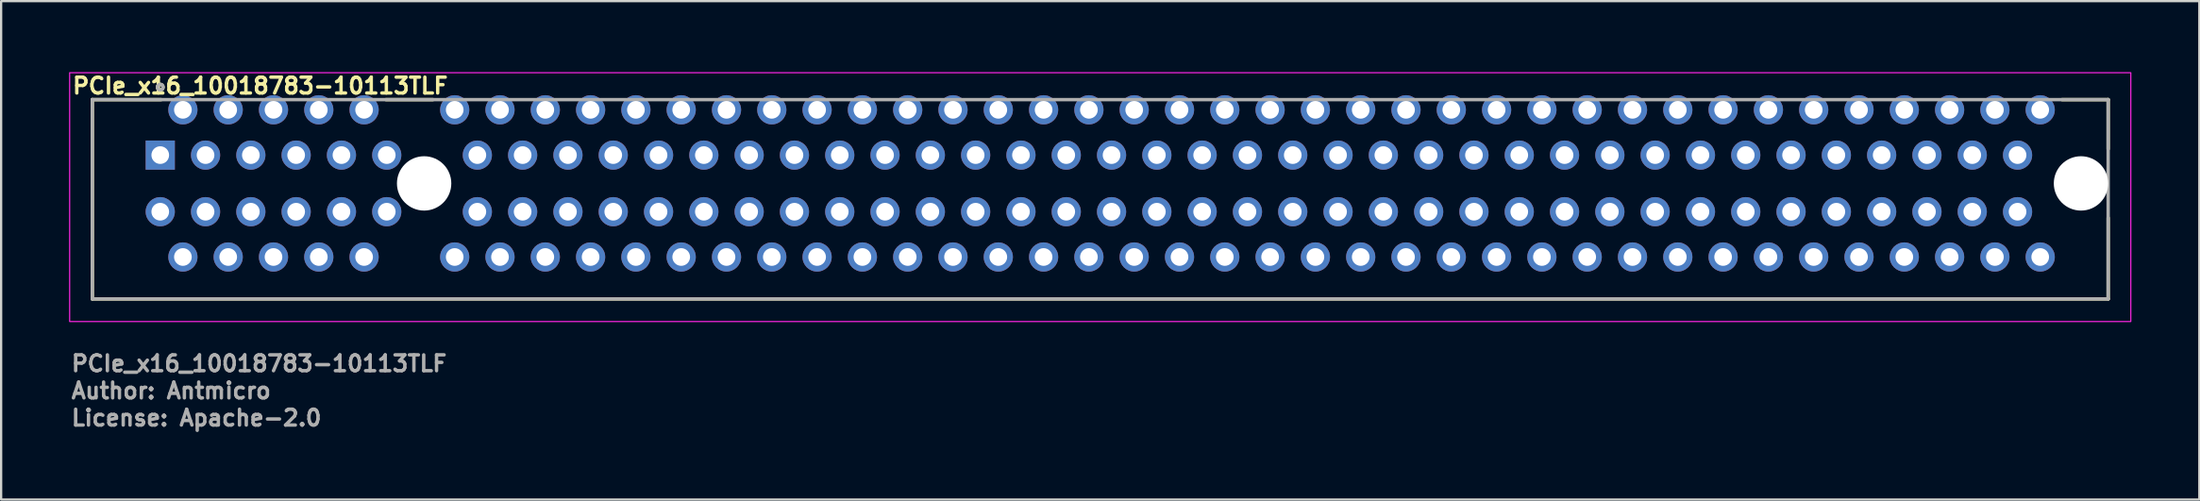
<source format=kicad_pcb>
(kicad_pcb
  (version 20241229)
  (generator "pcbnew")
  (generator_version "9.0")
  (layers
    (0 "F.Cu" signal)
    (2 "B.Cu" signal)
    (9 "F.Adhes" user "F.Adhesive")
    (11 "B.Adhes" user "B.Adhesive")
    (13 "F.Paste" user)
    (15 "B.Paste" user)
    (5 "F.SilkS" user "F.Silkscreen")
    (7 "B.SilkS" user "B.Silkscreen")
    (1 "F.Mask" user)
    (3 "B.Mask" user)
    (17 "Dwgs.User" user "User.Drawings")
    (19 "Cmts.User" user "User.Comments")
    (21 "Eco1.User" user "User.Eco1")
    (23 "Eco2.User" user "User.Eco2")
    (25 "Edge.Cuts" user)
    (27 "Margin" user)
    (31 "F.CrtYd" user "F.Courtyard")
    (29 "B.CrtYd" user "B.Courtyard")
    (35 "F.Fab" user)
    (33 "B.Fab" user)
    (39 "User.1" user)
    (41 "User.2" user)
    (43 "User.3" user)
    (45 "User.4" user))
  (footprint "PCIe_x16_10018783-10113TLF"
    (layer "F.Cu")
    (at 4.025 3.8)
    (property "Reference" "PCIe_x16_10018783-10113TLF" (at -3.95 -2.65 0) (layer "F.SilkS") (effects (font (size 0.7 0.7) (thickness 0.15)) (justify left bottom)))
    (attr through_hole)
    (fp_line (start -3 -2.45) (end 0.036 -2.45) (stroke (width 0.15) (type solid)) (layer "F.SilkS"))
    (fp_line (start -3 6.35) (end -3 -2.45) (stroke (width 0.15) (type solid)) (layer "F.SilkS"))
    (fp_line (start 9.964 -2.45) (end 12.036 -2.45) (stroke (width 0.15) (type solid)) (layer "F.SilkS"))
    (fp_line (start 83.964 -2.45) (end 86 -2.45) (stroke (width 0.15) (type solid)) (layer "F.SilkS"))
    (fp_line (start 86 -2.45) (end 86 -0.27) (stroke (width 0.15) (type solid)) (layer "F.SilkS"))
    (fp_line (start 86 6.35) (end -3 6.35) (stroke (width 0.15) (type solid)) (layer "F.SilkS"))
    (fp_line (start 86 6.35) (end 86 2.77) (stroke (width 0.15) (type solid)) (layer "F.SilkS"))
    (fp_circle (center 0 -3) (end 0.05 -3) (stroke (width 0.15) (type solid)) (fill no) (layer "F.SilkS"))
    (fp_rect (start -4 -3.64) (end 87 7.35) (stroke (width 0.05) (type solid)) (fill no) (layer "F.CrtYd"))
    (fp_line (start -3 -2.45) (end 86 -2.45) (stroke (width 0.15) (type solid)) (layer "F.Fab"))
    (fp_line (start -3 6.35) (end -3 -2.45) (stroke (width 0.15) (type solid)) (layer "F.Fab"))
    (fp_line (start 86 -2.45) (end 86 6.35) (stroke (width 0.15) (type solid)) (layer "F.Fab"))
    (fp_line (start 86 6.35) (end -3 6.35) (stroke (width 0.15) (type solid)) (layer "F.Fab"))
    (fp_circle (center 0 -3) (end 0.05 -3) (stroke (width 0.15) (type solid)) (fill no) (layer "F.Fab"))
    (fp_rect (start -3 -2.45) (end 86 6.35) (stroke (width 0.1) (type solid)) (fill no) (layer "User.5"))
    (fp_line (start -3 -2.45) (end -3 4.95) (stroke (width 0.02) (type solid)) (layer "User.9"))
    (fp_line (start -3 4.95) (end 2.5 4.95) (stroke (width 0.02) (type solid)) (layer "User.9"))
    (fp_line (start -3 6.35) (end -3 4.95) (stroke (width 0.02) (type solid)) (layer "User.9"))
    (fp_line (start -3 6.35) (end 2.5 6.35) (stroke (width 0.02) (type solid)) (layer "User.9"))
    (fp_line (start -1.44 -0.05) (end -1.04 0.35) (stroke (width 0.02) (type solid)) (layer "User.9"))
    (fp_line (start -1.44 -0.05) (end 11.01 -0.05) (stroke (width 0.02) (type solid)) (layer "User.9"))
    (fp_line (start -1.44 2.55) (end -1.44 -0.05) (stroke (width 0.02) (type solid)) (layer "User.9"))
    (fp_line (start -1.04 0.35) (end -1.04 2.15) (stroke (width 0.02) (type solid)) (layer "User.9"))
    (fp_line (start -1.04 2.15) (end -1.44 2.55) (stroke (width 0.02) (type solid)) (layer "User.9"))
    (fp_line (start -1.04 2.15) (end 10.61 2.15) (stroke (width 0.02) (type solid)) (layer "User.9"))
    (fp_line (start 2.5 4.95) (end 2.5 6.35) (stroke (width 0.02) (type solid)) (layer "User.9"))
    (fp_line (start 4 4.95) (end 2.5 4.95) (stroke (width 0.02) (type solid)) (layer "User.9"))
    (fp_line (start 4 4.95) (end 11 4.95) (stroke (width 0.02) (type solid)) (layer "User.9"))
    (fp_line (start 4 6.35) (end 4 4.95) (stroke (width 0.02) (type solid)) (layer "User.9"))
    (fp_line (start 4 6.35) (end 11 6.35) (stroke (width 0.02) (type solid)) (layer "User.9"))
    (fp_line (start 10.61 0.35) (end -1.04 0.35) (stroke (width 0.02) (type solid)) (layer "User.9"))
    (fp_line (start 10.61 2.15) (end 10.61 0.35) (stroke (width 0.02) (type solid)) (layer "User.9"))
    (fp_line (start 10.61 2.15) (end 11.01 2.55) (stroke (width 0.02) (type solid)) (layer "User.9"))
    (fp_line (start 11 4.95) (end 11 6.35) (stroke (width 0.02) (type solid)) (layer "User.9"))
    (fp_line (start 11.01 -0.05) (end 10.61 0.35) (stroke (width 0.02) (type solid)) (layer "User.9"))
    (fp_line (start 11.01 -0.05) (end 11.01 2.55) (stroke (width 0.02) (type solid)) (layer "User.9"))
    (fp_line (start 11.01 2.55) (end -1.44 2.55) (stroke (width 0.02) (type solid)) (layer "User.9"))
    (fp_line (start 11.99 -0.05) (end 12.39 0.35) (stroke (width 0.02) (type solid)) (layer "User.9"))
    (fp_line (start 11.99 -0.05) (end 84.44 -0.05) (stroke (width 0.02) (type solid)) (layer "User.9"))
    (fp_line (start 11.99 2.55) (end 11.99 -0.05) (stroke (width 0.02) (type solid)) (layer "User.9"))
    (fp_line (start 12.39 0.35) (end 12.39 2.15) (stroke (width 0.02) (type solid)) (layer "User.9"))
    (fp_line (start 12.39 2.15) (end 11.99 2.55) (stroke (width 0.02) (type solid)) (layer "User.9"))
    (fp_line (start 12.39 2.15) (end 84.04 2.15) (stroke (width 0.02) (type solid)) (layer "User.9"))
    (fp_line (start 12.5 4.95) (end 11 4.95) (stroke (width 0.02) (type solid)) (layer "User.9"))
    (fp_line (start 12.5 4.95) (end 19.5 4.95) (stroke (width 0.02) (type solid)) (layer "User.9"))
    (fp_line (start 12.5 6.35) (end 12.5 4.95) (stroke (width 0.02) (type solid)) (layer "User.9"))
    (fp_line (start 12.5 6.35) (end 19.5 6.35) (stroke (width 0.02) (type solid)) (layer "User.9"))
    (fp_line (start 19.5 4.95) (end 19.5 6.35) (stroke (width 0.02) (type solid)) (layer "User.9"))
    (fp_line (start 21 4.95) (end 19.5 4.95) (stroke (width 0.02) (type solid)) (layer "User.9"))
    (fp_line (start 21 4.95) (end 28 4.95) (stroke (width 0.02) (type solid)) (layer "User.9"))
    (fp_line (start 21 6.35) (end 21 4.95) (stroke (width 0.02) (type solid)) (layer "User.9"))
    (fp_line (start 21 6.35) (end 28 6.35) (stroke (width 0.02) (type solid)) (layer "User.9"))
    (fp_line (start 28 4.95) (end 28 6.35) (stroke (width 0.02) (type solid)) (layer "User.9"))
    (fp_line (start 29.5 4.95) (end 28 4.95) (stroke (width 0.02) (type solid)) (layer "User.9"))
    (fp_line (start 29.5 4.95) (end 36.5 4.95) (stroke (width 0.02) (type solid)) (layer "User.9"))
    (fp_line (start 29.5 6.35) (end 29.5 4.95) (stroke (width 0.02) (type solid)) (layer "User.9"))
    (fp_line (start 29.5 6.35) (end 36.5 6.35) (stroke (width 0.02) (type solid)) (layer "User.9"))
    (fp_line (start 36.5 4.95) (end 36.5 6.35) (stroke (width 0.02) (type solid)) (layer "User.9"))
    (fp_line (start 38 4.95) (end 36.5 4.95) (stroke (width 0.02) (type solid)) (layer "User.9"))
    (fp_line (start 38 4.95) (end 45 4.95) (stroke (width 0.02) (type solid)) (layer "User.9"))
    (fp_line (start 38 6.35) (end 38 4.95) (stroke (width 0.02) (type solid)) (layer "User.9"))
    (fp_line (start 38 6.35) (end 45 6.35) (stroke (width 0.02) (type solid)) (layer "User.9"))
    (fp_line (start 45 4.95) (end 45 6.35) (stroke (width 0.02) (type solid)) (layer "User.9"))
    (fp_line (start 46.5 4.95) (end 45 4.95) (stroke (width 0.02) (type solid)) (layer "User.9"))
    (fp_line (start 46.5 4.95) (end 53.5 4.95) (stroke (width 0.02) (type solid)) (layer "User.9"))
    (fp_line (start 46.5 6.35) (end 46.5 4.95) (stroke (width 0.02) (type solid)) (layer "User.9"))
    (fp_line (start 46.5 6.35) (end 53.5 6.35) (stroke (width 0.02) (type solid)) (layer "User.9"))
    (fp_line (start 53.5 4.95) (end 53.5 6.35) (stroke (width 0.02) (type solid)) (layer "User.9"))
    (fp_line (start 55 4.95) (end 53.5 4.95) (stroke (width 0.02) (type solid)) (layer "User.9"))
    (fp_line (start 55 4.95) (end 62 4.95) (stroke (width 0.02) (type solid)) (layer "User.9"))
    (fp_line (start 55 6.35) (end 55 4.95) (stroke (width 0.02) (type solid)) (layer "User.9"))
    (fp_line (start 55 6.35) (end 62 6.35) (stroke (width 0.02) (type solid)) (layer "User.9"))
    (fp_line (start 62 4.95) (end 62 6.35) (stroke (width 0.02) (type solid)) (layer "User.9"))
    (fp_line (start 63.5 4.95) (end 62 4.95) (stroke (width 0.02) (type solid)) (layer "User.9"))
    (fp_line (start 63.5 4.95) (end 70.5 4.95) (stroke (width 0.02) (type solid)) (layer "User.9"))
    (fp_line (start 63.5 6.35) (end 63.5 4.95) (stroke (width 0.02) (type solid)) (layer "User.9"))
    (fp_line (start 63.5 6.35) (end 70.5 6.35) (stroke (width 0.02) (type solid)) (layer "User.9"))
    (fp_line (start 70.5 4.95) (end 70.5 6.35) (stroke (width 0.02) (type solid)) (layer "User.9"))
    (fp_line (start 72 4.95) (end 70.5 4.95) (stroke (width 0.02) (type solid)) (layer "User.9"))
    (fp_line (start 72 4.95) (end 79 4.95) (stroke (width 0.02) (type solid)) (layer "User.9"))
    (fp_line (start 72 6.35) (end 72 4.95) (stroke (width 0.02) (type solid)) (layer "User.9"))
    (fp_line (start 72 6.35) (end 79 6.35) (stroke (width 0.02) (type solid)) (layer "User.9"))
    (fp_line (start 79 4.95) (end 79 6.35) (stroke (width 0.02) (type solid)) (layer "User.9"))
    (fp_line (start 80.5 4.95) (end 79 4.95) (stroke (width 0.02) (type solid)) (layer "User.9"))
    (fp_line (start 80.5 4.95) (end 86 4.95) (stroke (width 0.02) (type solid)) (layer "User.9"))
    (fp_line (start 80.5 6.35) (end 80.5 4.95) (stroke (width 0.02) (type solid)) (layer "User.9"))
    (fp_line (start 80.5 6.35) (end 86 6.35) (stroke (width 0.02) (type solid)) (layer "User.9"))
    (fp_line (start 84.04 0.35) (end 12.39 0.35) (stroke (width 0.02) (type solid)) (layer "User.9"))
    (fp_line (start 84.04 2.15) (end 84.04 0.35) (stroke (width 0.02) (type solid)) (layer "User.9"))
    (fp_line (start 84.04 2.15) (end 84.44 2.55) (stroke (width 0.02) (type solid)) (layer "User.9"))
    (fp_line (start 84.44 -0.05) (end 84.04 0.35) (stroke (width 0.02) (type solid)) (layer "User.9"))
    (fp_line (start 84.44 -0.05) (end 84.44 2.55) (stroke (width 0.02) (type solid)) (layer "User.9"))
    (fp_line (start 84.44 2.55) (end 11.99 2.55) (stroke (width 0.02) (type solid)) (layer "User.9"))
    (fp_line (start 86 -2.45) (end -3 -2.45) (stroke (width 0.02) (type solid)) (layer "User.9"))
    (fp_line (start 86 4.95) (end 86 -2.45) (stroke (width 0.02) (type solid)) (layer "User.9"))
    (fp_line (start 86 4.95) (end 86 6.35) (stroke (width 0.02) (type solid)) (layer "User.9"))
    (fp_text user "License: Apache-2.0" (at -4 12.015 0) (layer "F.Fab") (effects (font (size 0.7 0.7) (thickness 0.15)) (justify left bottom)))
    (fp_text user "Author: Antmicro" (at -4 10.815 0) (layer "F.Fab") (effects (font (size 0.7 0.7) (thickness 0.15)) (justify left bottom)))
    (fp_text user "${REFERENCE}" (at -4 9.615 0) (layer "F.Fab") (effects (font (size 0.7 0.7) (thickness 0.15)) (justify left bottom)))
    (pad "" np_thru_hole circle (at 11.65 1.25) (size 2.4 2.4) (drill 2.4) (layers "*.Cu" "*.Mask"))
    (pad "" np_thru_hole circle (at 84.8 1.25) (size 2.4 2.4) (drill 2.4) (layers "*.Cu" "*.Mask"))
    (pad "A1" thru_hole rect (at 0 0) (size 1.288 1.288) (drill 0.78) (layers "*.Cu" "*.Mask"))
    (pad "A2" thru_hole circle (at 1 -2) (size 1.288 1.288) (drill 0.78) (layers "*.Cu" "*.Mask"))
    (pad "A3" thru_hole circle (at 2 0) (size 1.288 1.288) (drill 0.78) (layers "*.Cu" "*.Mask"))
    (pad "A4" thru_hole circle (at 3 -2) (size 1.288 1.288) (drill 0.78) (layers "*.Cu" "*.Mask"))
    (pad "A5" thru_hole circle (at 4 0) (size 1.288 1.288) (drill 0.78) (layers "*.Cu" "*.Mask"))
    (pad "A6" thru_hole circle (at 5 -2) (size 1.288 1.288) (drill 0.78) (layers "*.Cu" "*.Mask"))
    (pad "A7" thru_hole circle (at 6 0) (size 1.288 1.288) (drill 0.78) (layers "*.Cu" "*.Mask"))
    (pad "A8" thru_hole circle (at 7 -2) (size 1.288 1.288) (drill 0.78) (layers "*.Cu" "*.Mask"))
    (pad "A9" thru_hole circle (at 8 0) (size 1.288 1.288) (drill 0.78) (layers "*.Cu" "*.Mask"))
    (pad "A10" thru_hole circle (at 9 -2) (size 1.288 1.288) (drill 0.78) (layers "*.Cu" "*.Mask"))
    (pad "A11" thru_hole circle (at 10 0) (size 1.288 1.288) (drill 0.78) (layers "*.Cu" "*.Mask"))
    (pad "A12" thru_hole circle (at 13 -2) (size 1.288 1.288) (drill 0.78) (layers "*.Cu" "*.Mask"))
    (pad "A13" thru_hole circle (at 14 0) (size 1.288 1.288) (drill 0.78) (layers "*.Cu" "*.Mask"))
    (pad "A14" thru_hole circle (at 15 -2) (size 1.288 1.288) (drill 0.78) (layers "*.Cu" "*.Mask"))
    (pad "A15" thru_hole circle (at 16 0) (size 1.288 1.288) (drill 0.78) (layers "*.Cu" "*.Mask"))
    (pad "A16" thru_hole circle (at 17 -2) (size 1.288 1.288) (drill 0.78) (layers "*.Cu" "*.Mask"))
    (pad "A17" thru_hole circle (at 18 0) (size 1.288 1.288) (drill 0.78) (layers "*.Cu" "*.Mask"))
    (pad "A18" thru_hole circle (at 19 -2) (size 1.288 1.288) (drill 0.78) (layers "*.Cu" "*.Mask"))
    (pad "A19" thru_hole circle (at 20 0) (size 1.288 1.288) (drill 0.78) (layers "*.Cu" "*.Mask"))
    (pad "A20" thru_hole circle (at 21 -2) (size 1.288 1.288) (drill 0.78) (layers "*.Cu" "*.Mask"))
    (pad "A21" thru_hole circle (at 22 0) (size 1.288 1.288) (drill 0.78) (layers "*.Cu" "*.Mask"))
    (pad "A22" thru_hole circle (at 23 -2) (size 1.288 1.288) (drill 0.78) (layers "*.Cu" "*.Mask"))
    (pad "A23" thru_hole circle (at 24 0) (size 1.288 1.288) (drill 0.78) (layers "*.Cu" "*.Mask"))
    (pad "A24" thru_hole circle (at 25 -2) (size 1.288 1.288) (drill 0.78) (layers "*.Cu" "*.Mask"))
    (pad "A25" thru_hole circle (at 26 0) (size 1.288 1.288) (drill 0.78) (layers "*.Cu" "*.Mask"))
    (pad "A26" thru_hole circle (at 27 -2) (size 1.288 1.288) (drill 0.78) (layers "*.Cu" "*.Mask"))
    (pad "A27" thru_hole circle (at 28 0) (size 1.288 1.288) (drill 0.78) (layers "*.Cu" "*.Mask"))
    (pad "A28" thru_hole circle (at 29 -2) (size 1.288 1.288) (drill 0.78) (layers "*.Cu" "*.Mask"))
    (pad "A29" thru_hole circle (at 30 0) (size 1.288 1.288) (drill 0.78) (layers "*.Cu" "*.Mask"))
    (pad "A30" thru_hole circle (at 31 -2) (size 1.288 1.288) (drill 0.78) (layers "*.Cu" "*.Mask"))
    (pad "A31" thru_hole circle (at 32 0) (size 1.288 1.288) (drill 0.78) (layers "*.Cu" "*.Mask"))
    (pad "A32" thru_hole circle (at 33 -2) (size 1.288 1.288) (drill 0.78) (layers "*.Cu" "*.Mask"))
    (pad "A33" thru_hole circle (at 34 0) (size 1.288 1.288) (drill 0.78) (layers "*.Cu" "*.Mask"))
    (pad "A34" thru_hole circle (at 35 -2) (size 1.288 1.288) (drill 0.78) (layers "*.Cu" "*.Mask"))
    (pad "A35" thru_hole circle (at 36 0) (size 1.288 1.288) (drill 0.78) (layers "*.Cu" "*.Mask"))
    (pad "A36" thru_hole circle (at 37 -2) (size 1.288 1.288) (drill 0.78) (layers "*.Cu" "*.Mask"))
    (pad "A37" thru_hole circle (at 38 0) (size 1.288 1.288) (drill 0.78) (layers "*.Cu" "*.Mask"))
    (pad "A38" thru_hole circle (at 39 -2) (size 1.288 1.288) (drill 0.78) (layers "*.Cu" "*.Mask"))
    (pad "A39" thru_hole circle (at 40 0) (size 1.288 1.288) (drill 0.78) (layers "*.Cu" "*.Mask"))
    (pad "A40" thru_hole circle (at 41 -2) (size 1.288 1.288) (drill 0.78) (layers "*.Cu" "*.Mask"))
    (pad "A41" thru_hole circle (at 42 0) (size 1.288 1.288) (drill 0.78) (layers "*.Cu" "*.Mask"))
    (pad "A42" thru_hole circle (at 43 -2) (size 1.288 1.288) (drill 0.78) (layers "*.Cu" "*.Mask"))
    (pad "A43" thru_hole circle (at 44 0) (size 1.288 1.288) (drill 0.78) (layers "*.Cu" "*.Mask"))
    (pad "A44" thru_hole circle (at 45 -2) (size 1.288 1.288) (drill 0.78) (layers "*.Cu" "*.Mask"))
    (pad "A45" thru_hole circle (at 46 0) (size 1.288 1.288) (drill 0.78) (layers "*.Cu" "*.Mask"))
    (pad "A46" thru_hole circle (at 47 -2) (size 1.288 1.288) (drill 0.78) (layers "*.Cu" "*.Mask"))
    (pad "A47" thru_hole circle (at 48 0) (size 1.288 1.288) (drill 0.78) (layers "*.Cu" "*.Mask"))
    (pad "A48" thru_hole circle (at 49 -2) (size 1.288 1.288) (drill 0.78) (layers "*.Cu" "*.Mask"))
    (pad "A49" thru_hole circle (at 50 0) (size 1.288 1.288) (drill 0.78) (layers "*.Cu" "*.Mask"))
    (pad "A50" thru_hole circle (at 51 -2) (size 1.288 1.288) (drill 0.78) (layers "*.Cu" "*.Mask"))
    (pad "A51" thru_hole circle (at 52 0) (size 1.288 1.288) (drill 0.78) (layers "*.Cu" "*.Mask"))
    (pad "A52" thru_hole circle (at 53 -2) (size 1.288 1.288) (drill 0.78) (layers "*.Cu" "*.Mask"))
    (pad "A53" thru_hole circle (at 54 0) (size 1.288 1.288) (drill 0.78) (layers "*.Cu" "*.Mask"))
    (pad "A54" thru_hole circle (at 55 -2) (size 1.288 1.288) (drill 0.78) (layers "*.Cu" "*.Mask"))
    (pad "A55" thru_hole circle (at 56 0) (size 1.288 1.288) (drill 0.78) (layers "*.Cu" "*.Mask"))
    (pad "A56" thru_hole circle (at 57 -2) (size 1.288 1.288) (drill 0.78) (layers "*.Cu" "*.Mask"))
    (pad "A57" thru_hole circle (at 58 0) (size 1.288 1.288) (drill 0.78) (layers "*.Cu" "*.Mask"))
    (pad "A58" thru_hole circle (at 59 -2) (size 1.288 1.288) (drill 0.78) (layers "*.Cu" "*.Mask"))
    (pad "A59" thru_hole circle (at 60 0) (size 1.288 1.288) (drill 0.78) (layers "*.Cu" "*.Mask"))
    (pad "A60" thru_hole circle (at 61 -2) (size 1.288 1.288) (drill 0.78) (layers "*.Cu" "*.Mask"))
    (pad "A61" thru_hole circle (at 62 0) (size 1.288 1.288) (drill 0.78) (layers "*.Cu" "*.Mask"))
    (pad "A62" thru_hole circle (at 63 -2) (size 1.288 1.288) (drill 0.78) (layers "*.Cu" "*.Mask"))
    (pad "A63" thru_hole circle (at 64 0) (size 1.288 1.288) (drill 0.78) (layers "*.Cu" "*.Mask"))
    (pad "A64" thru_hole circle (at 65 -2) (size 1.288 1.288) (drill 0.78) (layers "*.Cu" "*.Mask"))
    (pad "A65" thru_hole circle (at 66 0) (size 1.288 1.288) (drill 0.78) (layers "*.Cu" "*.Mask"))
    (pad "A66" thru_hole circle (at 67 -2) (size 1.288 1.288) (drill 0.78) (layers "*.Cu" "*.Mask"))
    (pad "A67" thru_hole circle (at 68 0) (size 1.288 1.288) (drill 0.78) (layers "*.Cu" "*.Mask"))
    (pad "A68" thru_hole circle (at 69 -2) (size 1.288 1.288) (drill 0.78) (layers "*.Cu" "*.Mask"))
    (pad "A69" thru_hole circle (at 70 0) (size 1.288 1.288) (drill 0.78) (layers "*.Cu" "*.Mask"))
    (pad "A70" thru_hole circle (at 71 -2) (size 1.288 1.288) (drill 0.78) (layers "*.Cu" "*.Mask"))
    (pad "A71" thru_hole circle (at 72 0) (size 1.288 1.288) (drill 0.78) (layers "*.Cu" "*.Mask"))
    (pad "A72" thru_hole circle (at 73 -2) (size 1.288 1.288) (drill 0.78) (layers "*.Cu" "*.Mask"))
    (pad "A73" thru_hole circle (at 74 0) (size 1.288 1.288) (drill 0.78) (layers "*.Cu" "*.Mask"))
    (pad "A74" thru_hole circle (at 75 -2) (size 1.288 1.288) (drill 0.78) (layers "*.Cu" "*.Mask"))
    (pad "A75" thru_hole circle (at 76 0) (size 1.288 1.288) (drill 0.78) (layers "*.Cu" "*.Mask"))
    (pad "A76" thru_hole circle (at 77 -2) (size 1.288 1.288) (drill 0.78) (layers "*.Cu" "*.Mask"))
    (pad "A77" thru_hole circle (at 78 0) (size 1.288 1.288) (drill 0.78) (layers "*.Cu" "*.Mask"))
    (pad "A78" thru_hole circle (at 79 -2) (size 1.288 1.288) (drill 0.78) (layers "*.Cu" "*.Mask"))
    (pad "A79" thru_hole circle (at 80 0) (size 1.288 1.288) (drill 0.78) (layers "*.Cu" "*.Mask"))
    (pad "A80" thru_hole circle (at 81 -2) (size 1.288 1.288) (drill 0.78) (layers "*.Cu" "*.Mask"))
    (pad "A81" thru_hole circle (at 82 0) (size 1.288 1.288) (drill 0.78) (layers "*.Cu" "*.Mask"))
    (pad "A82" thru_hole circle (at 83 -2) (size 1.288 1.288) (drill 0.78) (layers "*.Cu" "*.Mask"))
    (pad "B1" thru_hole circle (at 0 2.5) (size 1.288 1.288) (drill 0.78) (layers "*.Cu" "*.Mask"))
    (pad "B2" thru_hole circle (at 1 4.5) (size 1.288 1.288) (drill 0.78) (layers "*.Cu" "*.Mask"))
    (pad "B3" thru_hole circle (at 2 2.5) (size 1.288 1.288) (drill 0.78) (layers "*.Cu" "*.Mask"))
    (pad "B4" thru_hole circle (at 3 4.5) (size 1.288 1.288) (drill 0.78) (layers "*.Cu" "*.Mask"))
    (pad "B5" thru_hole circle (at 4 2.5) (size 1.288 1.288) (drill 0.78) (layers "*.Cu" "*.Mask"))
    (pad "B6" thru_hole circle (at 5 4.5) (size 1.288 1.288) (drill 0.78) (layers "*.Cu" "*.Mask"))
    (pad "B7" thru_hole circle (at 6 2.5) (size 1.288 1.288) (drill 0.78) (layers "*.Cu" "*.Mask"))
    (pad "B8" thru_hole circle (at 7 4.5) (size 1.288 1.288) (drill 0.78) (layers "*.Cu" "*.Mask"))
    (pad "B9" thru_hole circle (at 8 2.5) (size 1.288 1.288) (drill 0.78) (layers "*.Cu" "*.Mask"))
    (pad "B10" thru_hole circle (at 9 4.5) (size 1.288 1.288) (drill 0.78) (layers "*.Cu" "*.Mask"))
    (pad "B11" thru_hole circle (at 10 2.5) (size 1.288 1.288) (drill 0.78) (layers "*.Cu" "*.Mask"))
    (pad "B12" thru_hole circle (at 13 4.5) (size 1.288 1.288) (drill 0.78) (layers "*.Cu" "*.Mask"))
    (pad "B13" thru_hole circle (at 14 2.5) (size 1.288 1.288) (drill 0.78) (layers "*.Cu" "*.Mask"))
    (pad "B14" thru_hole circle (at 15 4.5) (size 1.288 1.288) (drill 0.78) (layers "*.Cu" "*.Mask"))
    (pad "B15" thru_hole circle (at 16 2.5) (size 1.288 1.288) (drill 0.78) (layers "*.Cu" "*.Mask"))
    (pad "B16" thru_hole circle (at 17 4.5) (size 1.288 1.288) (drill 0.78) (layers "*.Cu" "*.Mask"))
    (pad "B17" thru_hole circle (at 18 2.5) (size 1.288 1.288) (drill 0.78) (layers "*.Cu" "*.Mask"))
    (pad "B18" thru_hole circle (at 19 4.5) (size 1.288 1.288) (drill 0.78) (layers "*.Cu" "*.Mask"))
    (pad "B19" thru_hole circle (at 20 2.5) (size 1.288 1.288) (drill 0.78) (layers "*.Cu" "*.Mask"))
    (pad "B20" thru_hole circle (at 21 4.5) (size 1.288 1.288) (drill 0.78) (layers "*.Cu" "*.Mask"))
    (pad "B21" thru_hole circle (at 22 2.5) (size 1.288 1.288) (drill 0.78) (layers "*.Cu" "*.Mask"))
    (pad "B22" thru_hole circle (at 23 4.5) (size 1.288 1.288) (drill 0.78) (layers "*.Cu" "*.Mask"))
    (pad "B23" thru_hole circle (at 24 2.5) (size 1.288 1.288) (drill 0.78) (layers "*.Cu" "*.Mask"))
    (pad "B24" thru_hole circle (at 25 4.5) (size 1.288 1.288) (drill 0.78) (layers "*.Cu" "*.Mask"))
    (pad "B25" thru_hole circle (at 26 2.5) (size 1.288 1.288) (drill 0.78) (layers "*.Cu" "*.Mask"))
    (pad "B26" thru_hole circle (at 27 4.5) (size 1.288 1.288) (drill 0.78) (layers "*.Cu" "*.Mask"))
    (pad "B27" thru_hole circle (at 28 2.5) (size 1.288 1.288) (drill 0.78) (layers "*.Cu" "*.Mask"))
    (pad "B28" thru_hole circle (at 29 4.5) (size 1.288 1.288) (drill 0.78) (layers "*.Cu" "*.Mask"))
    (pad "B29" thru_hole circle (at 30 2.5) (size 1.288 1.288) (drill 0.78) (layers "*.Cu" "*.Mask"))
    (pad "B30" thru_hole circle (at 31 4.5) (size 1.288 1.288) (drill 0.78) (layers "*.Cu" "*.Mask"))
    (pad "B31" thru_hole circle (at 32 2.5) (size 1.288 1.288) (drill 0.78) (layers "*.Cu" "*.Mask"))
    (pad "B32" thru_hole circle (at 33 4.5) (size 1.288 1.288) (drill 0.78) (layers "*.Cu" "*.Mask"))
    (pad "B33" thru_hole circle (at 34 2.5) (size 1.288 1.288) (drill 0.78) (layers "*.Cu" "*.Mask"))
    (pad "B34" thru_hole circle (at 35 4.5) (size 1.288 1.288) (drill 0.78) (layers "*.Cu" "*.Mask"))
    (pad "B35" thru_hole circle (at 36 2.5) (size 1.288 1.288) (drill 0.78) (layers "*.Cu" "*.Mask"))
    (pad "B36" thru_hole circle (at 37 4.5) (size 1.288 1.288) (drill 0.78) (layers "*.Cu" "*.Mask"))
    (pad "B37" thru_hole circle (at 38 2.5) (size 1.288 1.288) (drill 0.78) (layers "*.Cu" "*.Mask"))
    (pad "B38" thru_hole circle (at 39 4.5) (size 1.288 1.288) (drill 0.78) (layers "*.Cu" "*.Mask"))
    (pad "B39" thru_hole circle (at 40 2.5) (size 1.288 1.288) (drill 0.78) (layers "*.Cu" "*.Mask"))
    (pad "B40" thru_hole circle (at 41 4.5) (size 1.288 1.288) (drill 0.78) (layers "*.Cu" "*.Mask"))
    (pad "B41" thru_hole circle (at 42 2.5) (size 1.288 1.288) (drill 0.78) (layers "*.Cu" "*.Mask"))
    (pad "B42" thru_hole circle (at 43 4.5) (size 1.288 1.288) (drill 0.78) (layers "*.Cu" "*.Mask"))
    (pad "B43" thru_hole circle (at 44 2.5) (size 1.288 1.288) (drill 0.78) (layers "*.Cu" "*.Mask"))
    (pad "B44" thru_hole circle (at 45 4.5) (size 1.288 1.288) (drill 0.78) (layers "*.Cu" "*.Mask"))
    (pad "B45" thru_hole circle (at 46 2.5) (size 1.288 1.288) (drill 0.78) (layers "*.Cu" "*.Mask"))
    (pad "B46" thru_hole circle (at 47 4.5) (size 1.288 1.288) (drill 0.78) (layers "*.Cu" "*.Mask"))
    (pad "B47" thru_hole circle (at 48 2.5) (size 1.288 1.288) (drill 0.78) (layers "*.Cu" "*.Mask"))
    (pad "B48" thru_hole circle (at 49 4.5) (size 1.288 1.288) (drill 0.78) (layers "*.Cu" "*.Mask"))
    (pad "B49" thru_hole circle (at 50 2.5) (size 1.288 1.288) (drill 0.78) (layers "*.Cu" "*.Mask"))
    (pad "B50" thru_hole circle (at 51 4.5) (size 1.288 1.288) (drill 0.78) (layers "*.Cu" "*.Mask"))
    (pad "B51" thru_hole circle (at 52 2.5) (size 1.288 1.288) (drill 0.78) (layers "*.Cu" "*.Mask"))
    (pad "B52" thru_hole circle (at 53 4.5) (size 1.288 1.288) (drill 0.78) (layers "*.Cu" "*.Mask"))
    (pad "B53" thru_hole circle (at 54 2.5) (size 1.288 1.288) (drill 0.78) (layers "*.Cu" "*.Mask"))
    (pad "B54" thru_hole circle (at 55 4.5) (size 1.288 1.288) (drill 0.78) (layers "*.Cu" "*.Mask"))
    (pad "B55" thru_hole circle (at 56 2.5) (size 1.288 1.288) (drill 0.78) (layers "*.Cu" "*.Mask"))
    (pad "B56" thru_hole circle (at 57 4.5) (size 1.288 1.288) (drill 0.78) (layers "*.Cu" "*.Mask"))
    (pad "B57" thru_hole circle (at 58 2.5) (size 1.288 1.288) (drill 0.78) (layers "*.Cu" "*.Mask"))
    (pad "B58" thru_hole circle (at 59 4.5) (size 1.288 1.288) (drill 0.78) (layers "*.Cu" "*.Mask"))
    (pad "B59" thru_hole circle (at 60 2.5) (size 1.288 1.288) (drill 0.78) (layers "*.Cu" "*.Mask"))
    (pad "B60" thru_hole circle (at 61 4.5) (size 1.288 1.288) (drill 0.78) (layers "*.Cu" "*.Mask"))
    (pad "B61" thru_hole circle (at 62 2.5) (size 1.288 1.288) (drill 0.78) (layers "*.Cu" "*.Mask"))
    (pad "B62" thru_hole circle (at 63 4.5) (size 1.288 1.288) (drill 0.78) (layers "*.Cu" "*.Mask"))
    (pad "B63" thru_hole circle (at 64 2.5) (size 1.288 1.288) (drill 0.78) (layers "*.Cu" "*.Mask"))
    (pad "B64" thru_hole circle (at 65 4.5) (size 1.288 1.288) (drill 0.78) (layers "*.Cu" "*.Mask"))
    (pad "B65" thru_hole circle (at 66 2.5) (size 1.288 1.288) (drill 0.78) (layers "*.Cu" "*.Mask"))
    (pad "B66" thru_hole circle (at 67 4.5) (size 1.288 1.288) (drill 0.78) (layers "*.Cu" "*.Mask"))
    (pad "B67" thru_hole circle (at 68 2.5) (size 1.288 1.288) (drill 0.78) (layers "*.Cu" "*.Mask"))
    (pad "B68" thru_hole circle (at 69 4.5) (size 1.288 1.288) (drill 0.78) (layers "*.Cu" "*.Mask"))
    (pad "B69" thru_hole circle (at 70 2.5) (size 1.288 1.288) (drill 0.78) (layers "*.Cu" "*.Mask"))
    (pad "B70" thru_hole circle (at 71 4.5) (size 1.288 1.288) (drill 0.78) (layers "*.Cu" "*.Mask"))
    (pad "B71" thru_hole circle (at 72 2.5) (size 1.288 1.288) (drill 0.78) (layers "*.Cu" "*.Mask"))
    (pad "B72" thru_hole circle (at 73 4.5) (size 1.288 1.288) (drill 0.78) (layers "*.Cu" "*.Mask"))
    (pad "B73" thru_hole circle (at 74 2.5) (size 1.288 1.288) (drill 0.78) (layers "*.Cu" "*.Mask"))
    (pad "B74" thru_hole circle (at 75 4.5) (size 1.288 1.288) (drill 0.78) (layers "*.Cu" "*.Mask"))
    (pad "B75" thru_hole circle (at 76 2.5) (size 1.288 1.288) (drill 0.78) (layers "*.Cu" "*.Mask"))
    (pad "B76" thru_hole circle (at 77 4.5) (size 1.288 1.288) (drill 0.78) (layers "*.Cu" "*.Mask"))
    (pad "B77" thru_hole circle (at 78 2.5) (size 1.288 1.288) (drill 0.78) (layers "*.Cu" "*.Mask"))
    (pad "B78" thru_hole circle (at 79 4.5) (size 1.288 1.288) (drill 0.78) (layers "*.Cu" "*.Mask"))
    (pad "B79" thru_hole circle (at 80 2.5) (size 1.288 1.288) (drill 0.78) (layers "*.Cu" "*.Mask"))
    (pad "B80" thru_hole circle (at 81 4.5) (size 1.288 1.288) (drill 0.78) (layers "*.Cu" "*.Mask"))
    (pad "B81" thru_hole circle (at 82 2.5) (size 1.288 1.288) (drill 0.78) (layers "*.Cu" "*.Mask"))
    (pad "B82" thru_hole circle (at 83 4.5) (size 1.288 1.288) (drill 0.78) (layers "*.Cu" "*.Mask")))
  (gr_rect
    (start -3 -3)
    (end 94.05 19.011)
    (stroke (width 0.1) (type default))
    (fill no)
    (layer "Edge.Cuts")))
</source>
